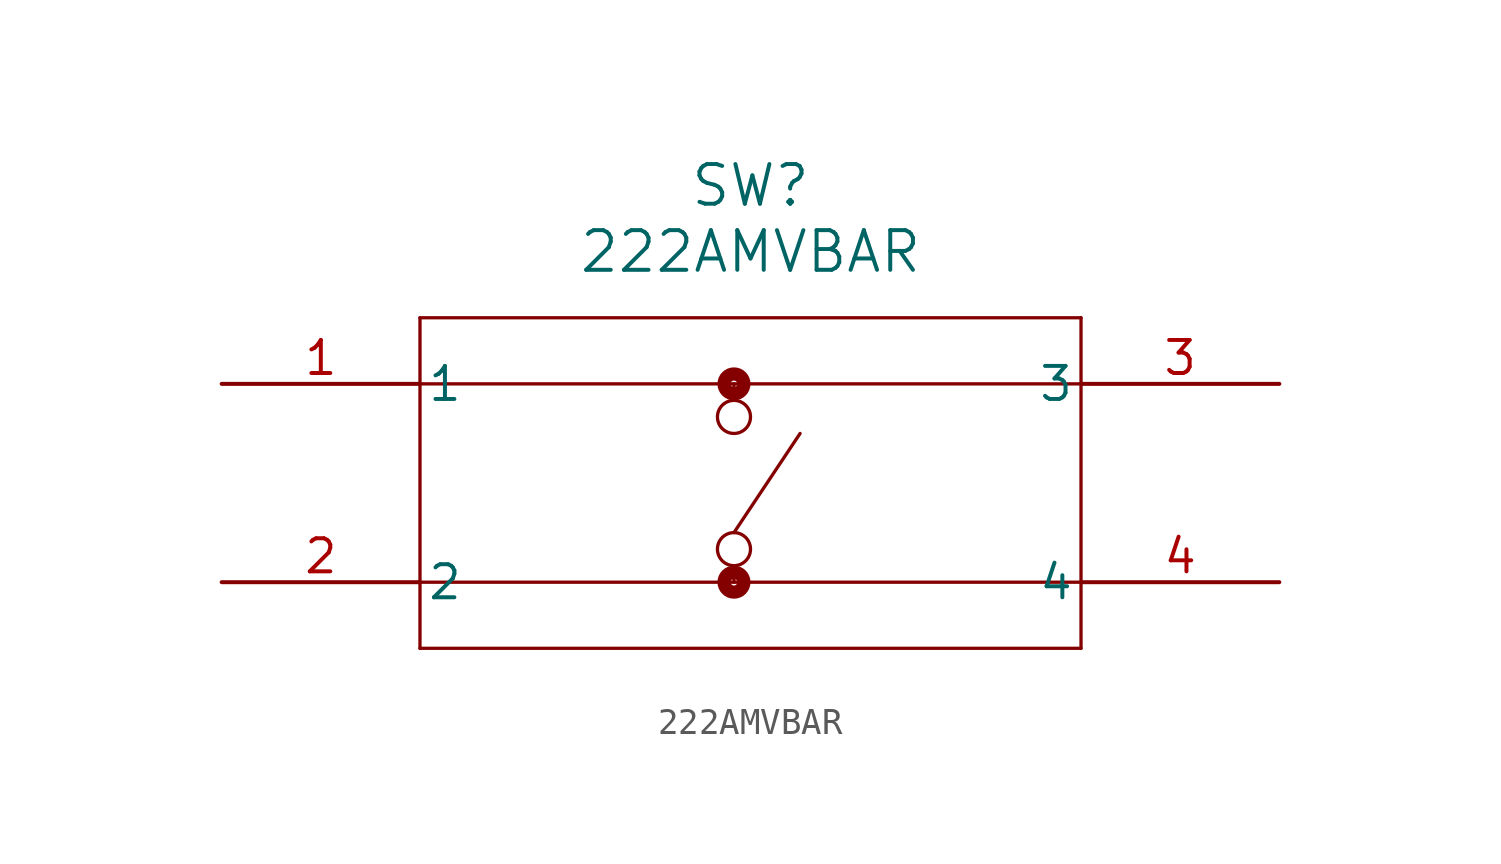
<source format=kicad_sym>
(kicad_symbol_lib
  (version 20211014)
  (generator kicad_symbol_editor)
  (symbol "222AMVBAR"
    (pin_names
      (offset 0.254))
    (property "Reference" "SW"
      (at 20.32 10.16 0)
      (effects (font (size 1.524 1.524))))
    (property "Value" "222AMVBAR"
      (at 20.32 7.62 0)
      (effects (font (size 1.524 1.524))))
    (polyline
      (pts (xy 7.62 5.08) (xy 7.62 -7.62))
      (stroke (width 0.127) (type default) (color 0 0 0 0))
      (fill (type none)))
    (polyline
      (pts (xy 7.62 -7.62) (xy 33.02 -7.62))
      (stroke (width 0.127) (type default) (color 0 0 0 0))
      (fill (type none)))
    (polyline
      (pts (xy 33.02 -7.62) (xy 33.02 5.08))
      (stroke (width 0.127) (type default) (color 0 0 0 0))
      (fill (type none)))
    (polyline
      (pts (xy 33.02 5.08) (xy 7.62 5.08))
      (stroke (width 0.127) (type default) (color 0 0 0 0))
      (fill (type none)))
    (polyline
      (pts (xy 7.62 2.54) (xy 33.02 2.54))
      (stroke (width 0.127) (type default) (color 0 0 0 0))
      (fill (type none)))
    (polyline
      (pts (xy 33.02 -5.08) (xy 7.62 -5.08))
      (stroke (width 0.127) (type default) (color 0 0 0 0))
      (fill (type none)))
    (circle
      (center 19.685 2.54)
      (radius 0.127)
      (stroke (width 0.508) (type default) (color 0 0 0 0))
      (fill (type none)))
    (polyline
      (pts (xy 19.685 2.54) (xy 19.685 1.905))
      (stroke (width 0.127) (type default) (color 0 0 0 0))
      (fill (type none)))
    (circle
      (center 19.685 -5.08)
      (radius 0.127)
      (stroke (width 0.508) (type default) (color 0 0 0 0))
      (fill (type none)))
    (polyline
      (pts (xy 19.685 -5.08) (xy 19.685 -4.445))
      (stroke (width 0.127) (type default) (color 0 0 0 0))
      (fill (type none)))
    (circle
      (center 19.685 1.27)
      (radius 0.635)
      (stroke (width 0.127) (type default) (color 0 0 0 0))
      (fill (type none)))
    (circle
      (center 19.685 -3.81)
      (radius 0.635)
      (stroke (width 0.127) (type default) (color 0 0 0 0))
      (fill (type none)))
    (polyline
      (pts (xy 19.685 -3.175) (xy 22.225 0.635))
      (stroke (width 0.127) (type default) (color 0 0 0 0))
      (fill (type none)))
    (pin unspecified line
      (at 0 2.54 0)
      (length 7.62)
      (name "1" (effects (font (size 1.27 1.27))))
      (number "1" (effects (font (size 1.27 1.27)))))
    (pin unspecified line
      (at 0 -5.08 0)
      (length 7.62)
      (name "2" (effects (font (size 1.27 1.27))))
      (number "2" (effects (font (size 1.27 1.27)))))
    (pin unspecified line
      (at 40.64 2.54 180)
      (length 7.62)
      (name "3" (effects (font (size 1.27 1.27))))
      (number "3" (effects (font (size 1.27 1.27)))))
    (pin unspecified line
      (at 40.64 -5.08 180)
      (length 7.62)
      (name "4" (effects (font (size 1.27 1.27))))
      (number "4" (effects (font (size 1.27 1.27)))))))
</source>
